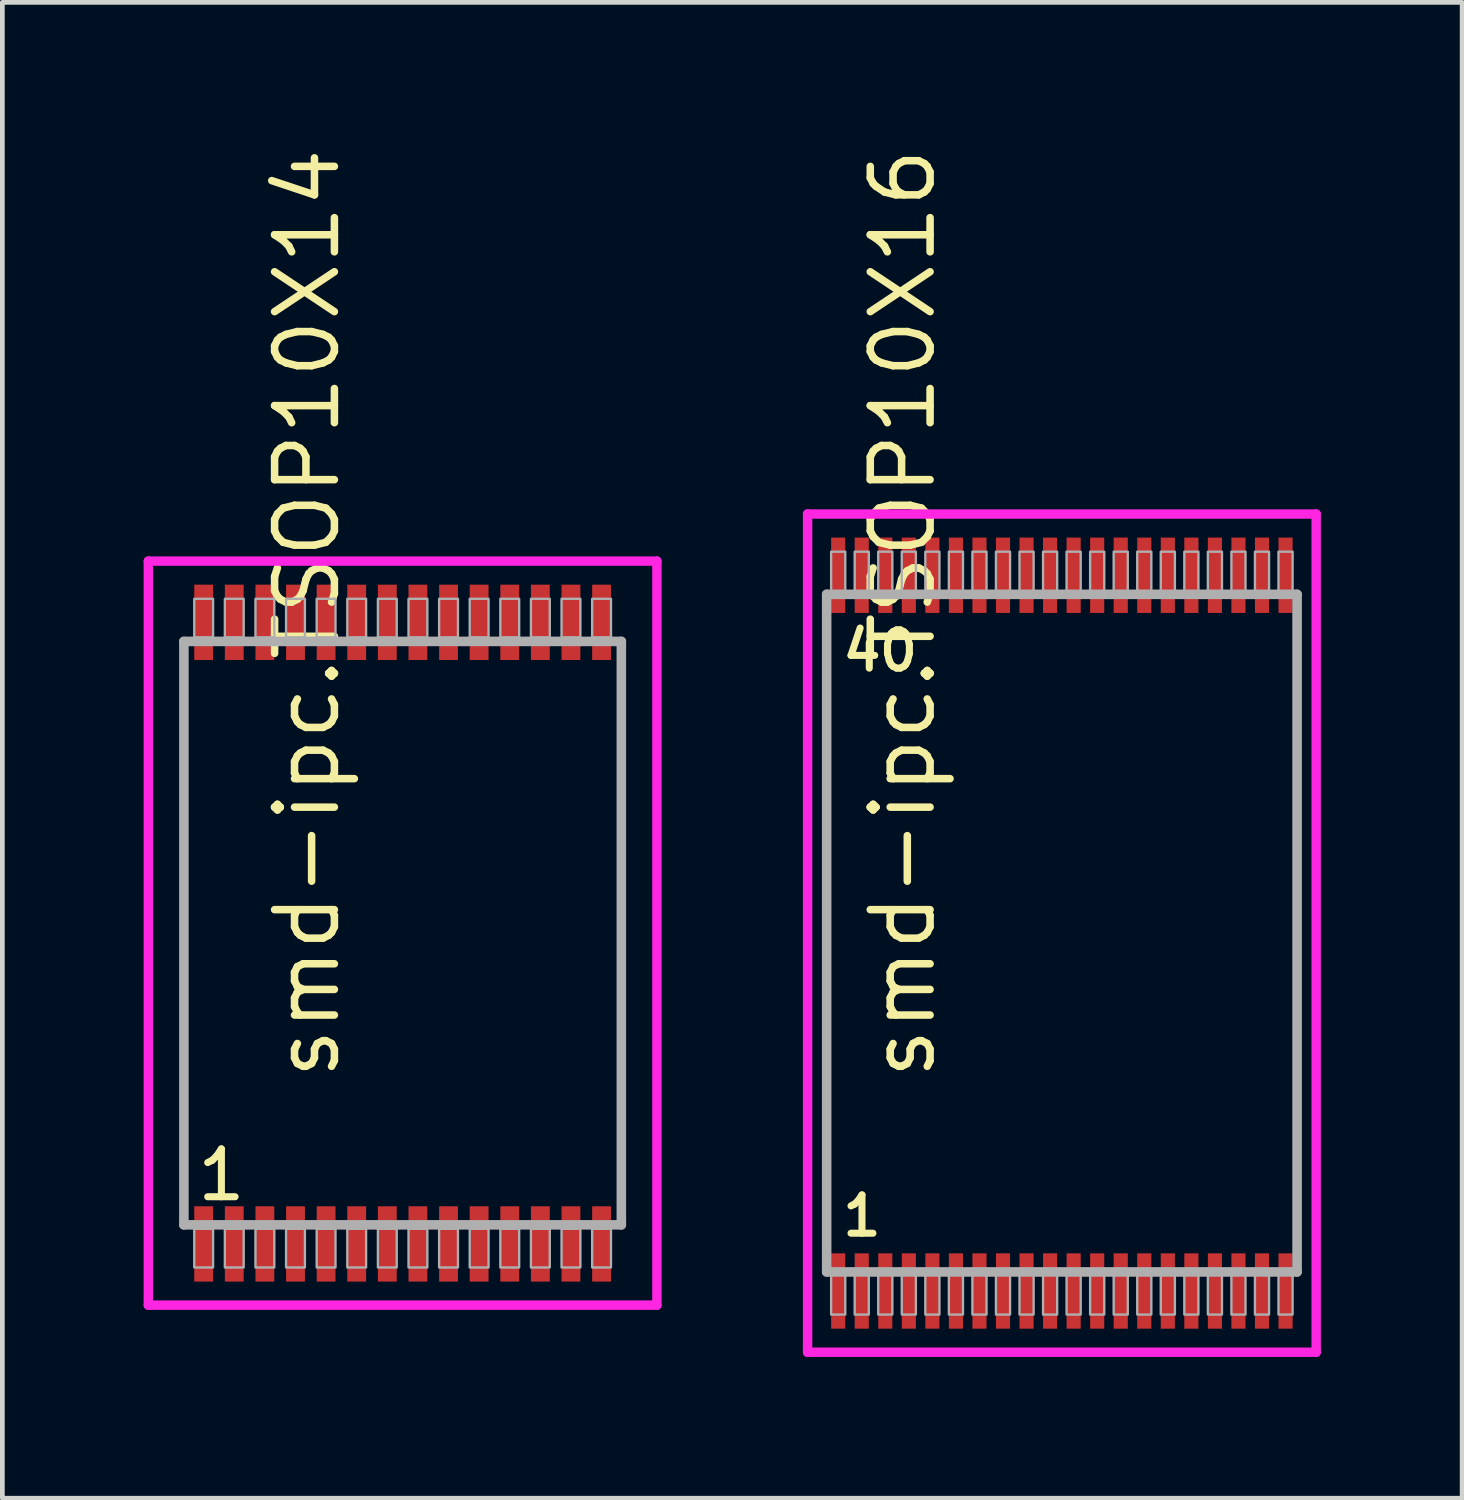
<source format=kicad_pcb>
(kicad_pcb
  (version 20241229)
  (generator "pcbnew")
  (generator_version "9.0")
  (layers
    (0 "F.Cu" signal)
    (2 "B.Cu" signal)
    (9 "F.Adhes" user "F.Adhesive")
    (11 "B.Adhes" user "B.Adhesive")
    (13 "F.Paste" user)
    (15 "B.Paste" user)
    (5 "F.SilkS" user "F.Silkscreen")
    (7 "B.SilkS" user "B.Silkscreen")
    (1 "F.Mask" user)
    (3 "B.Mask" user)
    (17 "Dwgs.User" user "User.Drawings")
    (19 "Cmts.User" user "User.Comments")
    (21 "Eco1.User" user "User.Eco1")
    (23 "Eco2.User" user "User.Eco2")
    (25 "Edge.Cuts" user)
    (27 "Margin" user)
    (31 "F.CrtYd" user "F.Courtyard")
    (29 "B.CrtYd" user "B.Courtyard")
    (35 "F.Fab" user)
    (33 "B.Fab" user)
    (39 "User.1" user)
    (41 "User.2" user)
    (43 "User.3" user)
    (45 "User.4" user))
  (footprint "smd-ipc.TSOP10X14"
    (layer "F.Cu")
    (at 5.5 16.766)
    (property "Reference" "smd-ipc.TSOP10X14" (at -1.285 3.175 90) (layer "F.SilkS") (effects (font (size 1.27 1.27) (thickness 0.16)) (justify left bottom)))
    (attr smd)
    (fp_line (start -5.4 -7.9) (end 5.4 -7.9) (stroke (width 0.2) (type default)) (layer "F.CrtYd"))
    (fp_line (start -5.4 7.9) (end -5.4 -7.9) (stroke (width 0.2) (type default)) (layer "F.CrtYd"))
    (fp_line (start 5.4 -7.9) (end 5.4 7.9) (stroke (width 0.2) (type default)) (layer "F.CrtYd"))
    (fp_line (start 5.4 7.9) (end -5.4 7.9) (stroke (width 0.2) (type default)) (layer "F.CrtYd"))
    (fp_line (start -4.645 -6.195) (end 4.645 -6.195) (stroke (width 0.203) (type default)) (layer "F.Fab"))
    (fp_line (start -4.645 6.195) (end -4.645 -6.195) (stroke (width 0.203) (type default)) (layer "F.Fab"))
    (fp_line (start 4.645 -6.195) (end 4.645 6.195) (stroke (width 0.203) (type default)) (layer "F.Fab"))
    (fp_line (start 4.645 6.195) (end -4.645 6.195) (stroke (width 0.203) (type default)) (layer "F.Fab"))
    (fp_rect (start -4.425 -6.28) (end -4.025 -7.1) (stroke (width 0.05) (type default)) (fill no) (layer "F.Fab"))
    (fp_rect (start -4.425 7.1) (end -4.025 6.28) (stroke (width 0.05) (type default)) (fill no) (layer "F.Fab"))
    (fp_rect (start -3.775 -6.28) (end -3.375 -7.1) (stroke (width 0.05) (type default)) (fill no) (layer "F.Fab"))
    (fp_rect (start -3.775 7.1) (end -3.375 6.28) (stroke (width 0.05) (type default)) (fill no) (layer "F.Fab"))
    (fp_rect (start -3.125 -6.28) (end -2.725 -7.1) (stroke (width 0.05) (type default)) (fill no) (layer "F.Fab"))
    (fp_rect (start -3.125 7.1) (end -2.725 6.28) (stroke (width 0.05) (type default)) (fill no) (layer "F.Fab"))
    (fp_rect (start -2.475 -6.28) (end -2.075 -7.1) (stroke (width 0.05) (type default)) (fill no) (layer "F.Fab"))
    (fp_rect (start -2.475 7.1) (end -2.075 6.28) (stroke (width 0.05) (type default)) (fill no) (layer "F.Fab"))
    (fp_rect (start -1.825 -6.28) (end -1.425 -7.1) (stroke (width 0.05) (type default)) (fill no) (layer "F.Fab"))
    (fp_rect (start -1.825 7.1) (end -1.425 6.28) (stroke (width 0.05) (type default)) (fill no) (layer "F.Fab"))
    (fp_rect (start -1.175 -6.28) (end -0.775 -7.1) (stroke (width 0.05) (type default)) (fill no) (layer "F.Fab"))
    (fp_rect (start -1.175 7.1) (end -0.775 6.28) (stroke (width 0.05) (type default)) (fill no) (layer "F.Fab"))
    (fp_rect (start -0.525 -6.28) (end -0.125 -7.1) (stroke (width 0.05) (type default)) (fill no) (layer "F.Fab"))
    (fp_rect (start -0.525 7.1) (end -0.125 6.28) (stroke (width 0.05) (type default)) (fill no) (layer "F.Fab"))
    (fp_rect (start 0.125 -6.28) (end 0.525 -7.1) (stroke (width 0.05) (type default)) (fill no) (layer "F.Fab"))
    (fp_rect (start 0.125 7.1) (end 0.525 6.28) (stroke (width 0.05) (type default)) (fill no) (layer "F.Fab"))
    (fp_rect (start 0.775 -6.28) (end 1.175 -7.1) (stroke (width 0.05) (type default)) (fill no) (layer "F.Fab"))
    (fp_rect (start 0.775 7.1) (end 1.175 6.28) (stroke (width 0.05) (type default)) (fill no) (layer "F.Fab"))
    (fp_rect (start 1.425 -6.28) (end 1.825 -7.1) (stroke (width 0.05) (type default)) (fill no) (layer "F.Fab"))
    (fp_rect (start 1.425 7.1) (end 1.825 6.28) (stroke (width 0.05) (type default)) (fill no) (layer "F.Fab"))
    (fp_rect (start 2.075 -6.28) (end 2.475 -7.1) (stroke (width 0.05) (type default)) (fill no) (layer "F.Fab"))
    (fp_rect (start 2.075 7.1) (end 2.475 6.28) (stroke (width 0.05) (type default)) (fill no) (layer "F.Fab"))
    (fp_rect (start 2.725 -6.28) (end 3.125 -7.1) (stroke (width 0.05) (type default)) (fill no) (layer "F.Fab"))
    (fp_rect (start 2.725 7.1) (end 3.125 6.28) (stroke (width 0.05) (type default)) (fill no) (layer "F.Fab"))
    (fp_rect (start 3.375 -6.28) (end 3.775 -7.1) (stroke (width 0.05) (type default)) (fill no) (layer "F.Fab"))
    (fp_rect (start 3.375 7.1) (end 3.775 6.28) (stroke (width 0.05) (type default)) (fill no) (layer "F.Fab"))
    (fp_rect (start 4.025 -6.28) (end 4.425 -7.1) (stroke (width 0.05) (type default)) (fill no) (layer "F.Fab"))
    (fp_rect (start 4.025 7.1) (end 4.425 6.28) (stroke (width 0.05) (type default)) (fill no) (layer "F.Fab"))
    (fp_text user "1" (at -4.431 5.73 0) (layer "F.SilkS") (effects (font (size 1.016 1.016) (thickness 0.15)) (justify left bottom)))
    (pad "1" smd roundrect (at -4.225 6.6) (size 0.4 1.6) (layers "F.Cu" "F.Mask" "F.Paste") (roundrect_rratio 0.01))
    (pad "2" smd roundrect (at -3.575 6.6) (size 0.4 1.6) (layers "F.Cu" "F.Mask" "F.Paste") (roundrect_rratio 0.01))
    (pad "3" smd roundrect (at -2.925 6.6) (size 0.4 1.6) (layers "F.Cu" "F.Mask" "F.Paste") (roundrect_rratio 0.01))
    (pad "4" smd roundrect (at -2.275 6.6) (size 0.4 1.6) (layers "F.Cu" "F.Mask" "F.Paste") (roundrect_rratio 0.01))
    (pad "5" smd roundrect (at -1.625 6.6) (size 0.4 1.6) (layers "F.Cu" "F.Mask" "F.Paste") (roundrect_rratio 0.01))
    (pad "6" smd roundrect (at -0.975 6.6) (size 0.4 1.6) (layers "F.Cu" "F.Mask" "F.Paste") (roundrect_rratio 0.01))
    (pad "7" smd roundrect (at -0.325 6.6) (size 0.4 1.6) (layers "F.Cu" "F.Mask" "F.Paste") (roundrect_rratio 0.01))
    (pad "8" smd roundrect (at 0.325 6.6) (size 0.4 1.6) (layers "F.Cu" "F.Mask" "F.Paste") (roundrect_rratio 0.01))
    (pad "9" smd roundrect (at 0.975 6.6) (size 0.4 1.6) (layers "F.Cu" "F.Mask" "F.Paste") (roundrect_rratio 0.01))
    (pad "10" smd roundrect (at 1.625 6.6) (size 0.4 1.6) (layers "F.Cu" "F.Mask" "F.Paste") (roundrect_rratio 0.01))
    (pad "11" smd roundrect (at 2.275 6.6) (size 0.4 1.6) (layers "F.Cu" "F.Mask" "F.Paste") (roundrect_rratio 0.01))
    (pad "12" smd roundrect (at 2.925 6.6) (size 0.4 1.6) (layers "F.Cu" "F.Mask" "F.Paste") (roundrect_rratio 0.01))
    (pad "13" smd roundrect (at 3.575 6.6) (size 0.4 1.6) (layers "F.Cu" "F.Mask" "F.Paste") (roundrect_rratio 0.01))
    (pad "14" smd roundrect (at 4.225 6.6) (size 0.4 1.6) (layers "F.Cu" "F.Mask" "F.Paste") (roundrect_rratio 0.01))
    (pad "15" smd roundrect (at 4.225 -6.6) (size 0.4 1.6) (layers "F.Cu" "F.Mask" "F.Paste") (roundrect_rratio 0.01))
    (pad "16" smd roundrect (at 3.575 -6.6) (size 0.4 1.6) (layers "F.Cu" "F.Mask" "F.Paste") (roundrect_rratio 0.01))
    (pad "17" smd roundrect (at 2.925 -6.6) (size 0.4 1.6) (layers "F.Cu" "F.Mask" "F.Paste") (roundrect_rratio 0.01))
    (pad "18" smd roundrect (at 2.275 -6.6) (size 0.4 1.6) (layers "F.Cu" "F.Mask" "F.Paste") (roundrect_rratio 0.01))
    (pad "19" smd roundrect (at 1.625 -6.6) (size 0.4 1.6) (layers "F.Cu" "F.Mask" "F.Paste") (roundrect_rratio 0.01))
    (pad "20" smd roundrect (at 0.975 -6.6) (size 0.4 1.6) (layers "F.Cu" "F.Mask" "F.Paste") (roundrect_rratio 0.01))
    (pad "21" smd roundrect (at 0.325 -6.6) (size 0.4 1.6) (layers "F.Cu" "F.Mask" "F.Paste") (roundrect_rratio 0.01))
    (pad "22" smd roundrect (at -0.325 -6.6) (size 0.4 1.6) (layers "F.Cu" "F.Mask" "F.Paste") (roundrect_rratio 0.01))
    (pad "23" smd roundrect (at -0.975 -6.6) (size 0.4 1.6) (layers "F.Cu" "F.Mask" "F.Paste") (roundrect_rratio 0.01))
    (pad "24" smd roundrect (at -1.625 -6.6) (size 0.4 1.6) (layers "F.Cu" "F.Mask" "F.Paste") (roundrect_rratio 0.01))
    (pad "25" smd roundrect (at -2.275 -6.6) (size 0.4 1.6) (layers "F.Cu" "F.Mask" "F.Paste") (roundrect_rratio 0.01))
    (pad "26" smd roundrect (at -2.925 -6.6) (size 0.4 1.6) (layers "F.Cu" "F.Mask" "F.Paste") (roundrect_rratio 0.01))
    (pad "27" smd roundrect (at -3.575 -6.6) (size 0.4 1.6) (layers "F.Cu" "F.Mask" "F.Paste") (roundrect_rratio 0.01))
    (pad "28" smd roundrect (at -4.225 -6.6) (size 0.4 1.6) (layers "F.Cu" "F.Mask" "F.Paste") (roundrect_rratio 0.01)))
  (footprint "smd-ipc.TSOP10X16"
    (layer "F.Cu")
    (at 19.5 16.766)
    (property "Reference" "smd-ipc.TSOP10X16" (at -2.635 3.175 90) (layer "F.SilkS") (effects (font (size 1.27 1.27) (thickness 0.16)) (justify left bottom)))
    (attr smd)
    (fp_line (start -5.4 -8.9) (end 5.4 -8.9) (stroke (width 0.2) (type default)) (layer "F.CrtYd"))
    (fp_line (start -5.4 8.9) (end -5.4 -8.9) (stroke (width 0.2) (type default)) (layer "F.CrtYd"))
    (fp_line (start 5.4 -8.9) (end 5.4 8.9) (stroke (width 0.2) (type default)) (layer "F.CrtYd"))
    (fp_line (start 5.4 8.9) (end -5.4 8.9) (stroke (width 0.2) (type default)) (layer "F.CrtYd"))
    (fp_line (start -4.995 -7.195) (end 4.995 -7.195) (stroke (width 0.203) (type default)) (layer "F.Fab"))
    (fp_line (start -4.995 7.195) (end -4.995 -7.195) (stroke (width 0.203) (type default)) (layer "F.Fab"))
    (fp_line (start 4.995 -7.195) (end 4.995 7.195) (stroke (width 0.203) (type default)) (layer "F.Fab"))
    (fp_line (start 4.995 7.195) (end -4.995 7.195) (stroke (width 0.203) (type default)) (layer "F.Fab"))
    (fp_rect (start -4.9 -7.25) (end -4.6 -8.1) (stroke (width 0.05) (type default)) (fill no) (layer "F.Fab"))
    (fp_rect (start -4.9 8.1) (end -4.6 7.25) (stroke (width 0.05) (type default)) (fill no) (layer "F.Fab"))
    (fp_rect (start -4.4 -7.25) (end -4.1 -8.1) (stroke (width 0.05) (type default)) (fill no) (layer "F.Fab"))
    (fp_rect (start -4.4 8.1) (end -4.1 7.25) (stroke (width 0.05) (type default)) (fill no) (layer "F.Fab"))
    (fp_rect (start -3.9 -7.25) (end -3.6 -8.1) (stroke (width 0.05) (type default)) (fill no) (layer "F.Fab"))
    (fp_rect (start -3.9 8.1) (end -3.6 7.25) (stroke (width 0.05) (type default)) (fill no) (layer "F.Fab"))
    (fp_rect (start -3.4 -7.25) (end -3.1 -8.1) (stroke (width 0.05) (type default)) (fill no) (layer "F.Fab"))
    (fp_rect (start -3.4 8.1) (end -3.1 7.25) (stroke (width 0.05) (type default)) (fill no) (layer "F.Fab"))
    (fp_rect (start -2.9 -7.25) (end -2.6 -8.1) (stroke (width 0.05) (type default)) (fill no) (layer "F.Fab"))
    (fp_rect (start -2.9 8.1) (end -2.6 7.25) (stroke (width 0.05) (type default)) (fill no) (layer "F.Fab"))
    (fp_rect (start -2.4 -7.25) (end -2.1 -8.1) (stroke (width 0.05) (type default)) (fill no) (layer "F.Fab"))
    (fp_rect (start -2.4 8.1) (end -2.1 7.25) (stroke (width 0.05) (type default)) (fill no) (layer "F.Fab"))
    (fp_rect (start -1.9 -7.25) (end -1.6 -8.1) (stroke (width 0.05) (type default)) (fill no) (layer "F.Fab"))
    (fp_rect (start -1.9 8.1) (end -1.6 7.25) (stroke (width 0.05) (type default)) (fill no) (layer "F.Fab"))
    (fp_rect (start -1.4 -7.25) (end -1.1 -8.1) (stroke (width 0.05) (type default)) (fill no) (layer "F.Fab"))
    (fp_rect (start -1.4 8.1) (end -1.1 7.25) (stroke (width 0.05) (type default)) (fill no) (layer "F.Fab"))
    (fp_rect (start -0.9 -7.25) (end -0.6 -8.1) (stroke (width 0.05) (type default)) (fill no) (layer "F.Fab"))
    (fp_rect (start -0.9 8.1) (end -0.6 7.25) (stroke (width 0.05) (type default)) (fill no) (layer "F.Fab"))
    (fp_rect (start -0.4 -7.25) (end -0.1 -8.1) (stroke (width 0.05) (type default)) (fill no) (layer "F.Fab"))
    (fp_rect (start -0.4 8.1) (end -0.1 7.25) (stroke (width 0.05) (type default)) (fill no) (layer "F.Fab"))
    (fp_rect (start 0.1 -7.25) (end 0.4 -8.1) (stroke (width 0.05) (type default)) (fill no) (layer "F.Fab"))
    (fp_rect (start 0.1 8.1) (end 0.4 7.25) (stroke (width 0.05) (type default)) (fill no) (layer "F.Fab"))
    (fp_rect (start 0.6 -7.25) (end 0.9 -8.1) (stroke (width 0.05) (type default)) (fill no) (layer "F.Fab"))
    (fp_rect (start 0.6 8.1) (end 0.9 7.25) (stroke (width 0.05) (type default)) (fill no) (layer "F.Fab"))
    (fp_rect (start 1.1 -7.25) (end 1.4 -8.1) (stroke (width 0.05) (type default)) (fill no) (layer "F.Fab"))
    (fp_rect (start 1.1 8.1) (end 1.4 7.25) (stroke (width 0.05) (type default)) (fill no) (layer "F.Fab"))
    (fp_rect (start 1.6 -7.25) (end 1.9 -8.1) (stroke (width 0.05) (type default)) (fill no) (layer "F.Fab"))
    (fp_rect (start 1.6 8.1) (end 1.9 7.25) (stroke (width 0.05) (type default)) (fill no) (layer "F.Fab"))
    (fp_rect (start 2.1 -7.25) (end 2.4 -8.1) (stroke (width 0.05) (type default)) (fill no) (layer "F.Fab"))
    (fp_rect (start 2.1 8.1) (end 2.4 7.25) (stroke (width 0.05) (type default)) (fill no) (layer "F.Fab"))
    (fp_rect (start 2.6 -7.25) (end 2.9 -8.1) (stroke (width 0.05) (type default)) (fill no) (layer "F.Fab"))
    (fp_rect (start 2.6 8.1) (end 2.9 7.25) (stroke (width 0.05) (type default)) (fill no) (layer "F.Fab"))
    (fp_rect (start 3.1 -7.25) (end 3.4 -8.1) (stroke (width 0.05) (type default)) (fill no) (layer "F.Fab"))
    (fp_rect (start 3.1 8.1) (end 3.4 7.25) (stroke (width 0.05) (type default)) (fill no) (layer "F.Fab"))
    (fp_rect (start 3.6 -7.25) (end 3.9 -8.1) (stroke (width 0.05) (type default)) (fill no) (layer "F.Fab"))
    (fp_rect (start 3.6 8.1) (end 3.9 7.25) (stroke (width 0.05) (type default)) (fill no) (layer "F.Fab"))
    (fp_rect (start 4.1 -7.25) (end 4.4 -8.1) (stroke (width 0.05) (type default)) (fill no) (layer "F.Fab"))
    (fp_rect (start 4.1 8.1) (end 4.4 7.25) (stroke (width 0.05) (type default)) (fill no) (layer "F.Fab"))
    (fp_rect (start 4.6 -7.25) (end 4.9 -8.1) (stroke (width 0.05) (type default)) (fill no) (layer "F.Fab"))
    (fp_rect (start 4.6 8.1) (end 4.9 7.25) (stroke (width 0.05) (type default)) (fill no) (layer "F.Fab"))
    (fp_text user "40" (at -4.731 -5.52 0) (layer "F.SilkS") (effects (font (size 0.813 0.813) (thickness 0.15)) (justify left bottom)))
    (fp_text user "1" (at -4.731 6.48 0) (layer "F.SilkS") (effects (font (size 0.813 0.813) (thickness 0.15)) (justify left bottom)))
    (pad "1" smd roundrect (at -4.75 7.6) (size 0.3 1.6) (layers "F.Cu" "F.Mask" "F.Paste") (roundrect_rratio 0.01))
    (pad "2" smd roundrect (at -4.25 7.6) (size 0.3 1.6) (layers "F.Cu" "F.Mask" "F.Paste") (roundrect_rratio 0.01))
    (pad "3" smd roundrect (at -3.75 7.6) (size 0.3 1.6) (layers "F.Cu" "F.Mask" "F.Paste") (roundrect_rratio 0.01))
    (pad "4" smd roundrect (at -3.25 7.6) (size 0.3 1.6) (layers "F.Cu" "F.Mask" "F.Paste") (roundrect_rratio 0.01))
    (pad "5" smd roundrect (at -2.75 7.6) (size 0.3 1.6) (layers "F.Cu" "F.Mask" "F.Paste") (roundrect_rratio 0.01))
    (pad "6" smd roundrect (at -2.25 7.6) (size 0.3 1.6) (layers "F.Cu" "F.Mask" "F.Paste") (roundrect_rratio 0.01))
    (pad "7" smd roundrect (at -1.75 7.6) (size 0.3 1.6) (layers "F.Cu" "F.Mask" "F.Paste") (roundrect_rratio 0.01))
    (pad "8" smd roundrect (at -1.25 7.6) (size 0.3 1.6) (layers "F.Cu" "F.Mask" "F.Paste") (roundrect_rratio 0.01))
    (pad "9" smd roundrect (at -0.75 7.6) (size 0.3 1.6) (layers "F.Cu" "F.Mask" "F.Paste") (roundrect_rratio 0.01))
    (pad "10" smd roundrect (at -0.25 7.6) (size 0.3 1.6) (layers "F.Cu" "F.Mask" "F.Paste") (roundrect_rratio 0.01))
    (pad "11" smd roundrect (at 0.25 7.6) (size 0.3 1.6) (layers "F.Cu" "F.Mask" "F.Paste") (roundrect_rratio 0.01))
    (pad "12" smd roundrect (at 0.75 7.6) (size 0.3 1.6) (layers "F.Cu" "F.Mask" "F.Paste") (roundrect_rratio 0.01))
    (pad "13" smd roundrect (at 1.25 7.6) (size 0.3 1.6) (layers "F.Cu" "F.Mask" "F.Paste") (roundrect_rratio 0.01))
    (pad "14" smd roundrect (at 1.75 7.6) (size 0.3 1.6) (layers "F.Cu" "F.Mask" "F.Paste") (roundrect_rratio 0.01))
    (pad "15" smd roundrect (at 2.25 7.6) (size 0.3 1.6) (layers "F.Cu" "F.Mask" "F.Paste") (roundrect_rratio 0.01))
    (pad "16" smd roundrect (at 2.75 7.6) (size 0.3 1.6) (layers "F.Cu" "F.Mask" "F.Paste") (roundrect_rratio 0.01))
    (pad "17" smd roundrect (at 3.25 7.6) (size 0.3 1.6) (layers "F.Cu" "F.Mask" "F.Paste") (roundrect_rratio 0.01))
    (pad "18" smd roundrect (at 3.75 7.6) (size 0.3 1.6) (layers "F.Cu" "F.Mask" "F.Paste") (roundrect_rratio 0.01))
    (pad "19" smd roundrect (at 4.25 7.6) (size 0.3 1.6) (layers "F.Cu" "F.Mask" "F.Paste") (roundrect_rratio 0.01))
    (pad "20" smd roundrect (at 4.75 7.6) (size 0.3 1.6) (layers "F.Cu" "F.Mask" "F.Paste") (roundrect_rratio 0.01))
    (pad "21" smd roundrect (at 4.75 -7.6) (size 0.3 1.6) (layers "F.Cu" "F.Mask" "F.Paste") (roundrect_rratio 0.01))
    (pad "22" smd roundrect (at 4.25 -7.6) (size 0.3 1.6) (layers "F.Cu" "F.Mask" "F.Paste") (roundrect_rratio 0.01))
    (pad "23" smd roundrect (at 3.75 -7.6) (size 0.3 1.6) (layers "F.Cu" "F.Mask" "F.Paste") (roundrect_rratio 0.01))
    (pad "24" smd roundrect (at 3.25 -7.6) (size 0.3 1.6) (layers "F.Cu" "F.Mask" "F.Paste") (roundrect_rratio 0.01))
    (pad "25" smd roundrect (at 2.75 -7.6) (size 0.3 1.6) (layers "F.Cu" "F.Mask" "F.Paste") (roundrect_rratio 0.01))
    (pad "26" smd roundrect (at 2.25 -7.6) (size 0.3 1.6) (layers "F.Cu" "F.Mask" "F.Paste") (roundrect_rratio 0.01))
    (pad "27" smd roundrect (at 1.75 -7.6) (size 0.3 1.6) (layers "F.Cu" "F.Mask" "F.Paste") (roundrect_rratio 0.01))
    (pad "28" smd roundrect (at 1.25 -7.6) (size 0.3 1.6) (layers "F.Cu" "F.Mask" "F.Paste") (roundrect_rratio 0.01))
    (pad "29" smd roundrect (at 0.75 -7.6) (size 0.3 1.6) (layers "F.Cu" "F.Mask" "F.Paste") (roundrect_rratio 0.01))
    (pad "30" smd roundrect (at 0.25 -7.6) (size 0.3 1.6) (layers "F.Cu" "F.Mask" "F.Paste") (roundrect_rratio 0.01))
    (pad "31" smd roundrect (at -0.25 -7.6) (size 0.3 1.6) (layers "F.Cu" "F.Mask" "F.Paste") (roundrect_rratio 0.01))
    (pad "32" smd roundrect (at -0.75 -7.6) (size 0.3 1.6) (layers "F.Cu" "F.Mask" "F.Paste") (roundrect_rratio 0.01))
    (pad "33" smd roundrect (at -1.25 -7.6) (size 0.3 1.6) (layers "F.Cu" "F.Mask" "F.Paste") (roundrect_rratio 0.01))
    (pad "34" smd roundrect (at -1.75 -7.6) (size 0.3 1.6) (layers "F.Cu" "F.Mask" "F.Paste") (roundrect_rratio 0.01))
    (pad "35" smd roundrect (at -2.25 -7.6) (size 0.3 1.6) (layers "F.Cu" "F.Mask" "F.Paste") (roundrect_rratio 0.01))
    (pad "36" smd roundrect (at -2.75 -7.6) (size 0.3 1.6) (layers "F.Cu" "F.Mask" "F.Paste") (roundrect_rratio 0.01))
    (pad "37" smd roundrect (at -3.25 -7.6) (size 0.3 1.6) (layers "F.Cu" "F.Mask" "F.Paste") (roundrect_rratio 0.01))
    (pad "38" smd roundrect (at -3.75 -7.6) (size 0.3 1.6) (layers "F.Cu" "F.Mask" "F.Paste") (roundrect_rratio 0.01))
    (pad "39" smd roundrect (at -4.25 -7.6) (size 0.3 1.6) (layers "F.Cu" "F.Mask" "F.Paste") (roundrect_rratio 0.01))
    (pad "40" smd roundrect (at -4.75 -7.6) (size 0.3 1.6) (layers "F.Cu" "F.Mask" "F.Paste") (roundrect_rratio 0.01)))
  (gr_rect
    (start -3 -3)
    (end 28 28.766)
    (stroke (width 0.1) (type default))
    (fill no)
    (layer "Edge.Cuts")))
</source>
